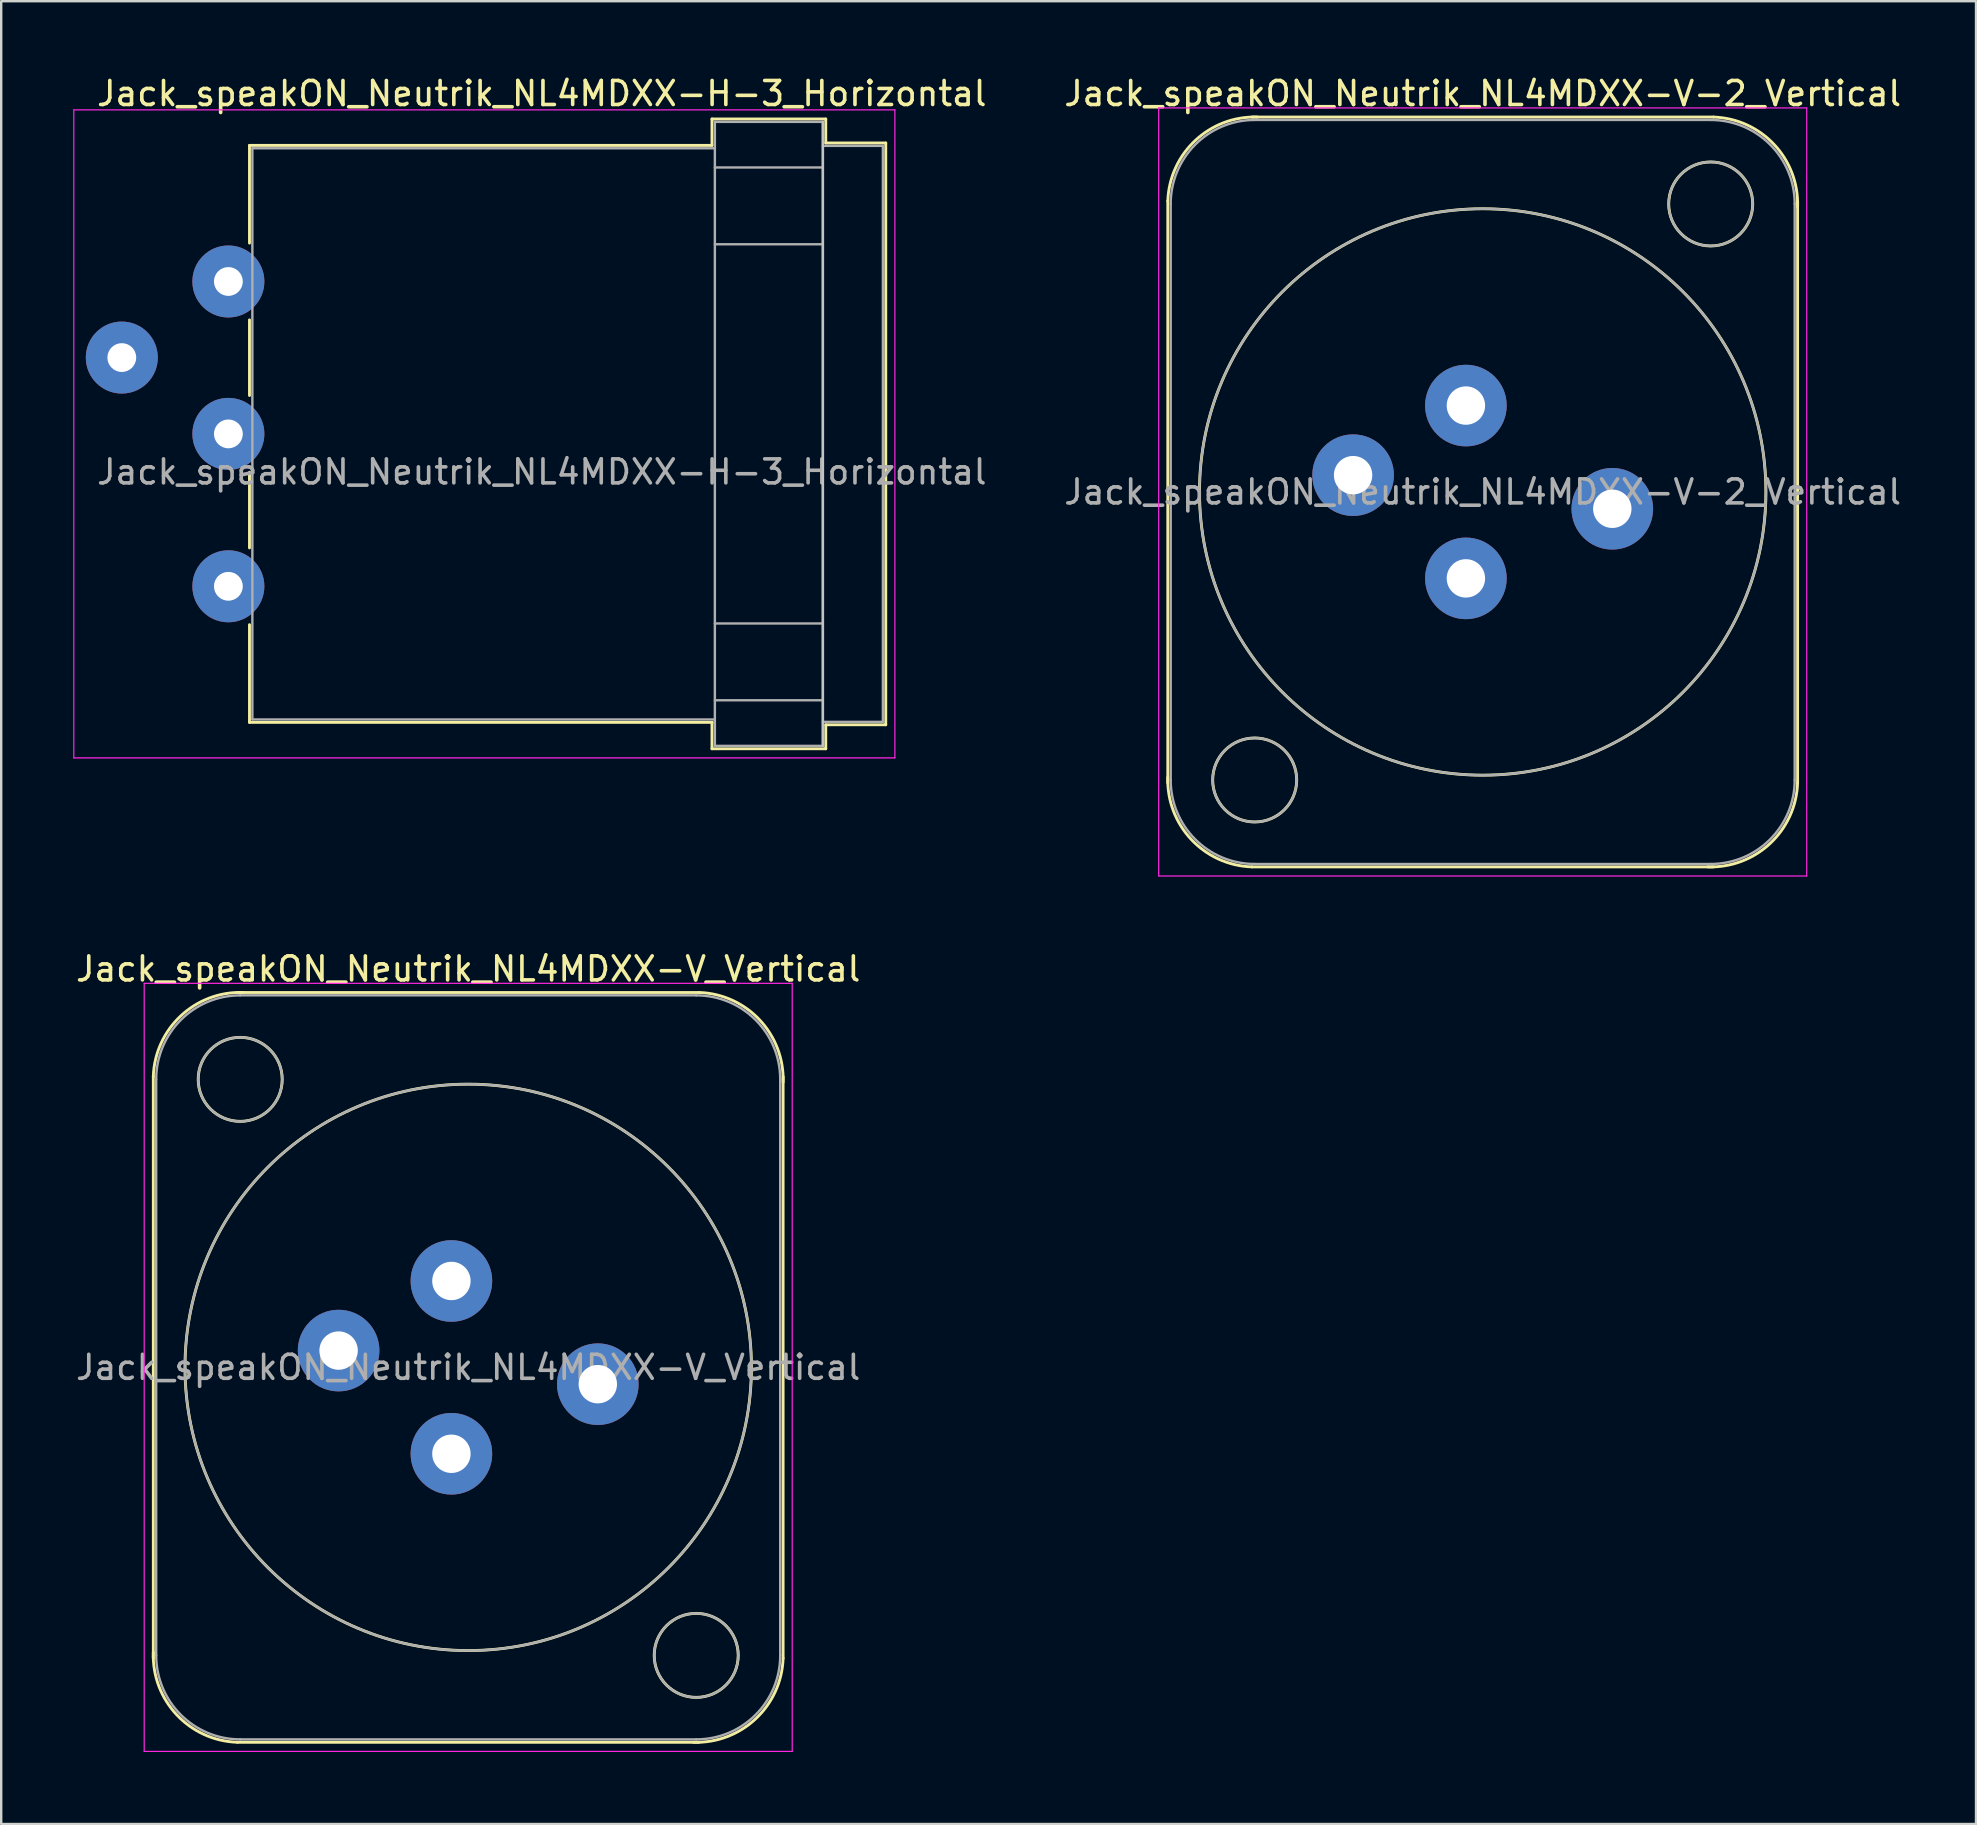
<source format=kicad_pcb>
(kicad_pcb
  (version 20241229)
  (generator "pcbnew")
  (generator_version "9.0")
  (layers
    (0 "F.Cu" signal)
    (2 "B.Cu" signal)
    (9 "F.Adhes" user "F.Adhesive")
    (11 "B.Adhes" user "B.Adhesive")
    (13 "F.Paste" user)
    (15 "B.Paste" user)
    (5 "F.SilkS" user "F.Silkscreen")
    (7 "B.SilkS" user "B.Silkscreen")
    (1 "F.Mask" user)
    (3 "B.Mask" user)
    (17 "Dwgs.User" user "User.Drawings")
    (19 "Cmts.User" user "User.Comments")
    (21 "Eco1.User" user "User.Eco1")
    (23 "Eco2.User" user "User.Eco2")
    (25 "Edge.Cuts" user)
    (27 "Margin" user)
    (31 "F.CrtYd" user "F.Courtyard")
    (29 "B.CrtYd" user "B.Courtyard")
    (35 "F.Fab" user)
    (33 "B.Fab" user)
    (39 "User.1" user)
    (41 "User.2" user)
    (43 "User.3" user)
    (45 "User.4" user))
  (footprint "Jack_speakON_Neutrik_NL4MDXX-V-2_Vertical"
    (layer "F.Cu")
    (at 58.027 13.848)
    (property "Reference" "Jack_speakON_Neutrik_NL4MDXX-V-2_Vertical" (at 0.7 -13 0) (layer "F.SilkS") (effects (font (size 1 1) (thickness 0.15))))
    (attr through_hole)
    (fp_line (start -12.42 15.72) (end -12.42 -8.52) (stroke (width 0.12) (type solid)) (layer "F.SilkS"))
    (fp_line (start -8.92 -12.02) (end 10.32 -12.02) (stroke (width 0.12) (type solid)) (layer "F.SilkS"))
    (fp_line (start -8.92 19.22) (end 10.32 19.22) (stroke (width 0.12) (type solid)) (layer "F.SilkS"))
    (fp_line (start 13.82 15.72) (end 13.82 -8.52) (stroke (width 0.12) (type solid)) (layer "F.SilkS"))
    (fp_arc (start -12.42 -8.52) (mid -11.274874 -11.044579) (end -8.68 -12.02) (stroke (width 0.12) (type solid)) (layer "F.SilkS"))
    (fp_arc (start -8.92 19.22) (mid -11.444579 18.074874) (end -12.42 15.48) (stroke (width 0.12) (type solid)) (layer "F.SilkS"))
    (fp_arc (start 10.32 -12.02) (mid 12.844579 -10.874874) (end 13.82 -8.28) (stroke (width 0.12) (type solid)) (layer "F.SilkS"))
    (fp_arc (start 13.82 15.72) (mid 12.674874 18.244579) (end 10.08 19.22) (stroke (width 0.12) (type solid)) (layer "F.SilkS"))
    (fp_circle (center -8.8 15.6) (end -7.05 15.6) (stroke (width 0.12) (type solid)) (fill no) (layer "F.SilkS"))
    (fp_circle (center 0.7 3.6) (end 12.5 3.6) (stroke (width 0.12) (type solid)) (fill no) (layer "F.SilkS"))
    (fp_circle (center 10.2 -8.4) (end 11.95 -8.4) (stroke (width 0.12) (type solid)) (fill no) (layer "F.SilkS"))
    (fp_line (start -12.8 -12.4) (end 14.2 -12.4) (stroke (width 0.05) (type solid)) (layer "F.CrtYd"))
    (fp_line (start -12.8 19.6) (end -12.8 -12.4) (stroke (width 0.05) (type solid)) (layer "F.CrtYd"))
    (fp_line (start -12.8 19.6) (end 14.2 19.6) (stroke (width 0.05) (type solid)) (layer "F.CrtYd"))
    (fp_line (start 14.2 19.6) (end 14.2 -12.4) (stroke (width 0.05) (type solid)) (layer "F.CrtYd"))
    (fp_line (start -12.3 15.6) (end -12.3 -8.4) (stroke (width 0.1) (type solid)) (layer "F.Fab"))
    (fp_line (start -8.8 -11.9) (end 10.2 -11.9) (stroke (width 0.1) (type solid)) (layer "F.Fab"))
    (fp_line (start -8.8 19.1) (end 10.2 19.1) (stroke (width 0.1) (type solid)) (layer "F.Fab"))
    (fp_line (start 13.7 15.6) (end 13.7 -8.4) (stroke (width 0.1) (type solid)) (layer "F.Fab"))
    (fp_arc (start -12.3 -8.4) (mid -11.274874 -10.874874) (end -8.8 -11.9) (stroke (width 0.1) (type solid)) (layer "F.Fab"))
    (fp_arc (start -8.8 19.1) (mid -11.274874 18.074874) (end -12.3 15.6) (stroke (width 0.1) (type solid)) (layer "F.Fab"))
    (fp_arc (start 10.2 -11.9) (mid 12.674874 -10.874874) (end 13.7 -8.4) (stroke (width 0.1) (type solid)) (layer "F.Fab"))
    (fp_arc (start 13.7 15.6) (mid 12.674874 18.074874) (end 10.2 19.1) (stroke (width 0.1) (type solid)) (layer "F.Fab"))
    (fp_circle (center -8.8 15.6) (end -10.55 15.6) (stroke (width 0.1) (type solid)) (fill no) (layer "F.Fab"))
    (fp_circle (center 0.7 3.6) (end 12.5 3.6) (stroke (width 0.1) (type solid)) (fill no) (layer "F.Fab"))
    (fp_circle (center 10.2 -8.4) (end 11.95 -8.4) (stroke (width 0.1) (type solid)) (fill no) (layer "F.Fab"))
    (fp_text user "${REFERENCE}" (at 0.7 3.6 0) (layer "F.Fab") (effects (font (size 1 1) (thickness 0.15))))
    (pad "1+" thru_hole circle (at 0 0) (size 3.4 3.4) (drill 1.6) (layers "*.Cu" "*.Mask"))
    (pad "1-" thru_hole circle (at -4.7 2.9) (size 3.4 3.4) (drill 1.6) (layers "*.Cu" "*.Mask"))
    (pad "2+" thru_hole circle (at 0 7.2) (size 3.4 3.4) (drill 1.6) (layers "*.Cu" "*.Mask"))
    (pad "2-" thru_hole circle (at 6.1 4.3) (size 3.4 3.4) (drill 1.6) (layers "*.Cu" "*.Mask")))
  (footprint "Jack_speakON_Neutrik_NL4MDXX-H-3_Horizontal"
    (layer "F.Cu")
    (at 2.025 11.848)
    (property "Reference" "Jack_speakON_Neutrik_NL4MDXX-H-3_Horizontal" (at 17.5 -11 0) (layer "F.SilkS") (effects (font (size 1 1) (thickness 0.15))))
    (attr through_hole)
    (fp_line (start 5.32 -8.84) (end 24.59 -8.84) (stroke (width 0.12) (type solid)) (layer "F.SilkS"))
    (fp_line (start 5.32 -4.77) (end 5.32 -8.84) (stroke (width 0.12) (type solid)) (layer "F.SilkS"))
    (fp_line (start 5.32 1.58) (end 5.32 -1.57) (stroke (width 0.12) (type solid)) (layer "F.SilkS"))
    (fp_line (start 5.32 7.93) (end 5.32 4.78) (stroke (width 0.12) (type solid)) (layer "F.SilkS"))
    (fp_line (start 5.32 15.2) (end 5.32 11.13) (stroke (width 0.12) (type solid)) (layer "F.SilkS"))
    (fp_line (start 5.32 15.2) (end 24.6 15.2) (stroke (width 0.12) (type solid)) (layer "F.SilkS"))
    (fp_line (start 24.59 -9.94) (end 24.59 -8.84) (stroke (width 0.12) (type solid)) (layer "F.SilkS"))
    (fp_line (start 24.59 -9.94) (end 29.33 -9.94) (stroke (width 0.12) (type solid)) (layer "F.SilkS"))
    (fp_line (start 24.59 16.3) (end 24.59 15.2) (stroke (width 0.12) (type solid)) (layer "F.SilkS"))
    (fp_line (start 24.59 16.3) (end 29.33 16.3) (stroke (width 0.12) (type solid)) (layer "F.SilkS"))
    (fp_line (start 29.33 -9.94) (end 29.33 -8.94) (stroke (width 0.12) (type solid)) (layer "F.SilkS"))
    (fp_line (start 29.33 16.3) (end 29.33 15.3) (stroke (width 0.12) (type solid)) (layer "F.SilkS"))
    (fp_line (start 31.83 -8.94) (end 29.33 -8.94) (stroke (width 0.12) (type solid)) (layer "F.SilkS"))
    (fp_line (start 31.83 15.3) (end 29.33 15.3) (stroke (width 0.12) (type solid)) (layer "F.SilkS"))
    (fp_line (start 31.83 15.3) (end 31.83 -8.94) (stroke (width 0.12) (type solid)) (layer "F.SilkS"))
    (fp_line (start 29.21 16.18) (end 29.21 -9.82) (stroke (width 0.1) (type solid)) (layer "Dwgs.User"))
    (fp_line (start -2 16.68) (end -2 -10.32) (stroke (width 0.05) (type solid)) (layer "F.CrtYd"))
    (fp_line (start -2 16.68) (end 32.21 16.68) (stroke (width 0.05) (type solid)) (layer "F.CrtYd"))
    (fp_line (start 32.21 -10.32) (end -2 -10.32) (stroke (width 0.05) (type solid)) (layer "F.CrtYd"))
    (fp_line (start 32.21 -10.32) (end 32.21 16.68) (stroke (width 0.05) (type solid)) (layer "F.CrtYd"))
    (fp_line (start 5.44 -8.72) (end 24.71 -8.72) (stroke (width 0.1) (type solid)) (layer "F.Fab"))
    (fp_line (start 5.44 15.08) (end 5.44 -8.72) (stroke (width 0.1) (type solid)) (layer "F.Fab"))
    (fp_line (start 5.44 15.08) (end 24.71 15.08) (stroke (width 0.1) (type solid)) (layer "F.Fab"))
    (fp_line (start 24.71 -9.82) (end 29.21 -9.82) (stroke (width 0.1) (type solid)) (layer "F.Fab"))
    (fp_line (start 24.71 -7.92) (end 29.21 -7.92) (stroke (width 0.1) (type solid)) (layer "F.Fab"))
    (fp_line (start 24.71 -4.72) (end 29.21 -4.72) (stroke (width 0.1) (type solid)) (layer "F.Fab"))
    (fp_line (start 24.71 11.08) (end 29.21 11.08) (stroke (width 0.1) (type solid)) (layer "F.Fab"))
    (fp_line (start 24.71 14.28) (end 29.21 14.28) (stroke (width 0.1) (type solid)) (layer "F.Fab"))
    (fp_line (start 24.71 16.18) (end 24.71 -9.82) (stroke (width 0.1) (type solid)) (layer "F.Fab"))
    (fp_line (start 24.71 16.18) (end 29.21 16.18) (stroke (width 0.1) (type solid)) (layer "F.Fab"))
    (fp_line (start 29.21 16.18) (end 29.21 -9.82) (stroke (width 0.1) (type solid)) (layer "F.Fab"))
    (fp_line (start 31.71 -8.82) (end 29.21 -8.82) (stroke (width 0.1) (type solid)) (layer "F.Fab"))
    (fp_line (start 31.71 15.18) (end 29.21 15.18) (stroke (width 0.1) (type solid)) (layer "F.Fab"))
    (fp_line (start 31.71 15.18) (end 31.71 -8.82) (stroke (width 0.1) (type solid)) (layer "F.Fab"))
    (fp_text user "${REFERENCE}" (at 17.5 4.765 0) (layer "F.Fab") (effects (font (size 1 1) (thickness 0.15))))
    (pad "1+" thru_hole circle (at 0 0) (size 3 3) (drill 1.2) (layers "*.Cu" "*.Mask"))
    (pad "1-" thru_hole circle (at 4.44 9.53) (size 3 3) (drill 1.2) (layers "*.Cu" "*.Mask"))
    (pad "2+" thru_hole circle (at 4.44 3.18) (size 3 3) (drill 1.2) (layers "*.Cu" "*.Mask"))
    (pad "2-" thru_hole circle (at 4.44 -3.17) (size 3 3) (drill 1.2) (layers "*.Cu" "*.Mask")))
  (footprint "Jack_speakON_Neutrik_NL4MDXX-V_Vertical"
    (layer "F.Cu")
    (at 15.758 50.322)
    (property "Reference" "Jack_speakON_Neutrik_NL4MDXX-V_Vertical" (at 0.7 -13 0) (layer "F.SilkS") (effects (font (size 1 1) (thickness 0.15))))
    (attr through_hole)
    (fp_line (start -12.42 15.72) (end -12.42 -8.52) (stroke (width 0.12) (type solid)) (layer "F.SilkS"))
    (fp_line (start -8.92 -12.02) (end 10.32 -12.02) (stroke (width 0.12) (type solid)) (layer "F.SilkS"))
    (fp_line (start -8.92 19.22) (end 10.32 19.22) (stroke (width 0.12) (type solid)) (layer "F.SilkS"))
    (fp_line (start 13.82 15.72) (end 13.82 -8.52) (stroke (width 0.12) (type solid)) (layer "F.SilkS"))
    (fp_arc (start -12.42 -8.52) (mid -11.274874 -11.044579) (end -8.68 -12.02) (stroke (width 0.12) (type solid)) (layer "F.SilkS"))
    (fp_arc (start -8.92 19.22) (mid -11.444579 18.074874) (end -12.42 15.48) (stroke (width 0.12) (type solid)) (layer "F.SilkS"))
    (fp_arc (start 10.32 -12.02) (mid 12.844579 -10.874874) (end 13.82 -8.28) (stroke (width 0.12) (type solid)) (layer "F.SilkS"))
    (fp_arc (start 13.82 15.72) (mid 12.674874 18.244579) (end 10.08 19.22) (stroke (width 0.12) (type solid)) (layer "F.SilkS"))
    (fp_circle (center -8.8 -8.4) (end -7.05 -8.4) (stroke (width 0.12) (type solid)) (fill no) (layer "F.SilkS"))
    (fp_circle (center 0.7 3.6) (end 12.5 3.6) (stroke (width 0.12) (type solid)) (fill no) (layer "F.SilkS"))
    (fp_circle (center 10.2 15.6) (end 11.95 15.6) (stroke (width 0.12) (type solid)) (fill no) (layer "F.SilkS"))
    (fp_line (start -12.8 -12.4) (end 14.2 -12.4) (stroke (width 0.05) (type solid)) (layer "F.CrtYd"))
    (fp_line (start -12.8 19.6) (end -12.8 -12.4) (stroke (width 0.05) (type solid)) (layer "F.CrtYd"))
    (fp_line (start -12.8 19.6) (end 14.2 19.6) (stroke (width 0.05) (type solid)) (layer "F.CrtYd"))
    (fp_line (start 14.2 19.6) (end 14.2 -12.4) (stroke (width 0.05) (type solid)) (layer "F.CrtYd"))
    (fp_line (start -12.3 15.6) (end -12.3 -8.4) (stroke (width 0.1) (type solid)) (layer "F.Fab"))
    (fp_line (start -8.8 -11.9) (end 10.2 -11.9) (stroke (width 0.1) (type solid)) (layer "F.Fab"))
    (fp_line (start -8.8 19.1) (end 10.2 19.1) (stroke (width 0.1) (type solid)) (layer "F.Fab"))
    (fp_line (start 13.7 15.6) (end 13.7 -8.4) (stroke (width 0.1) (type solid)) (layer "F.Fab"))
    (fp_arc (start -12.3 -8.4) (mid -11.274874 -10.874874) (end -8.8 -11.9) (stroke (width 0.1) (type solid)) (layer "F.Fab"))
    (fp_arc (start -8.8 19.1) (mid -11.274874 18.074874) (end -12.3 15.6) (stroke (width 0.1) (type solid)) (layer "F.Fab"))
    (fp_arc (start 10.2 -11.9) (mid 12.674874 -10.874874) (end 13.7 -8.4) (stroke (width 0.1) (type solid)) (layer "F.Fab"))
    (fp_arc (start 13.7 15.6) (mid 12.674874 18.074874) (end 10.2 19.1) (stroke (width 0.1) (type solid)) (layer "F.Fab"))
    (fp_circle (center -8.8 -8.4) (end -7.05 -8.4) (stroke (width 0.1) (type solid)) (fill no) (layer "F.Fab"))
    (fp_circle (center 0.7 3.6) (end 12.5 3.6) (stroke (width 0.1) (type solid)) (fill no) (layer "F.Fab"))
    (fp_circle (center 10.2 15.6) (end 8.45 15.6) (stroke (width 0.1) (type solid)) (fill no) (layer "F.Fab"))
    (fp_text user "${REFERENCE}" (at 0.7 3.6 0) (layer "F.Fab") (effects (font (size 1 1) (thickness 0.15))))
    (pad "1+" thru_hole circle (at 0 0) (size 3.4 3.4) (drill 1.6) (layers "*.Cu" "*.Mask"))
    (pad "1-" thru_hole circle (at -4.7 2.9) (size 3.4 3.4) (drill 1.6) (layers "*.Cu" "*.Mask"))
    (pad "2+" thru_hole circle (at 0 7.2) (size 3.4 3.4) (drill 1.6) (layers "*.Cu" "*.Mask"))
    (pad "2-" thru_hole circle (at 6.1 4.3) (size 3.4 3.4) (drill 1.6) (layers "*.Cu" "*.Mask")))
  (gr_rect
    (start -3 -3)
    (end 79.281 72.947)
    (stroke (width 0.1) (type default))
    (fill no)
    (layer "Edge.Cuts")))
</source>
